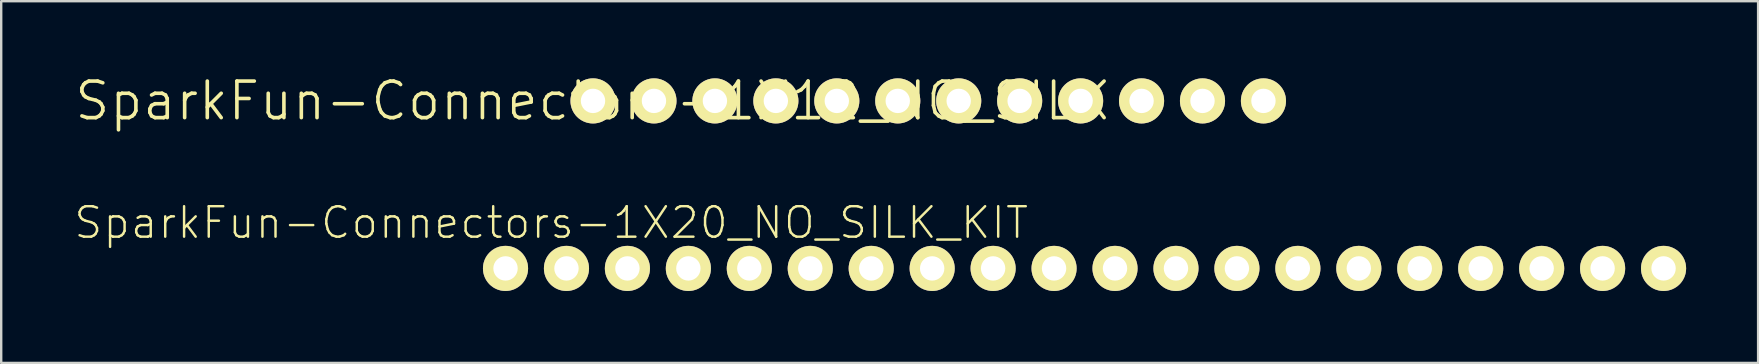
<source format=kicad_pcb>
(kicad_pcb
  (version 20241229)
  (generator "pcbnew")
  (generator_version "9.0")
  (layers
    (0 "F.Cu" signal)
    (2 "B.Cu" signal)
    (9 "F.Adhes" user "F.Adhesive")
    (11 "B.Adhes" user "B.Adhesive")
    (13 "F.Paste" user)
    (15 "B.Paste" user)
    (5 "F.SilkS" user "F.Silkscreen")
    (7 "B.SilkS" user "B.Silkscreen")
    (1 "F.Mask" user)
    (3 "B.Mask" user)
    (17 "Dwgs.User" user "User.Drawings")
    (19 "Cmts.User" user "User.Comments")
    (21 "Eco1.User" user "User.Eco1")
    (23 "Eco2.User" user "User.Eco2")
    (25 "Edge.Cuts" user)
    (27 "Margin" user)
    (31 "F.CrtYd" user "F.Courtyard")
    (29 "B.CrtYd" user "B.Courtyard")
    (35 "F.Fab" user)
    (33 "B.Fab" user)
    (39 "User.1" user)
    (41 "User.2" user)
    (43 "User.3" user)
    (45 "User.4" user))
  (footprint "SparkFun-Connectors-1X20_NO_SILK_KIT"
    (layer "F.Cu")
    (at 18.017 8.136)
    (property "Reference" "SparkFun-Connectors-1X20_NO_SILK_KIT" (at 1.905 -1.905 0) (layer "F.SilkS") (effects (font (size 1.27 1.27) (thickness 0.102))))
    (attr exclude_from_pos_files exclude_from_bom)
    (fp_circle (center 0 0) (end -0.47 0.47) (stroke (width 0) (type solid)) (fill yes) (layer "F.SilkS"))
    (fp_circle (center 0 0) (end -0.254 0.254) (stroke (width 0) (type solid)) (fill yes) (layer "F.SilkS"))
    (fp_circle (center 2.54 0) (end 2.794 0.254) (stroke (width 0) (type solid)) (fill yes) (layer "F.SilkS"))
    (fp_circle (center 2.54 0) (end 3.01 0.47) (stroke (width 0) (type solid)) (fill yes) (layer "F.SilkS"))
    (fp_circle (center 5.08 0) (end 5.334 0.254) (stroke (width 0) (type solid)) (fill yes) (layer "F.SilkS"))
    (fp_circle (center 5.08 0) (end 5.55 0.47) (stroke (width 0) (type solid)) (fill yes) (layer "F.SilkS"))
    (fp_circle (center 7.62 0) (end 7.874 0.254) (stroke (width 0) (type solid)) (fill yes) (layer "F.SilkS"))
    (fp_circle (center 7.62 0) (end 8.09 0.47) (stroke (width 0) (type solid)) (fill yes) (layer "F.SilkS"))
    (fp_circle (center 10.16 0) (end 10.414 0.254) (stroke (width 0) (type solid)) (fill yes) (layer "F.SilkS"))
    (fp_circle (center 10.16 0) (end 10.63 0.47) (stroke (width 0) (type solid)) (fill yes) (layer "F.SilkS"))
    (fp_circle (center 12.7 0) (end 12.954 0.254) (stroke (width 0) (type solid)) (fill yes) (layer "F.SilkS"))
    (fp_circle (center 12.7 0) (end 13.17 0.47) (stroke (width 0) (type solid)) (fill yes) (layer "F.SilkS"))
    (fp_circle (center 15.24 0) (end 15.494 0.254) (stroke (width 0) (type solid)) (fill yes) (layer "F.SilkS"))
    (fp_circle (center 15.24 0) (end 15.71 0.47) (stroke (width 0) (type solid)) (fill yes) (layer "F.SilkS"))
    (fp_circle (center 17.78 0) (end 18.034 0.254) (stroke (width 0) (type solid)) (fill yes) (layer "F.SilkS"))
    (fp_circle (center 17.78 0) (end 18.25 0.47) (stroke (width 0) (type solid)) (fill yes) (layer "F.SilkS"))
    (fp_circle (center 20.32 0) (end 20.574 0.254) (stroke (width 0) (type solid)) (fill yes) (layer "F.SilkS"))
    (fp_circle (center 20.32 0) (end 20.79 0.47) (stroke (width 0) (type solid)) (fill yes) (layer "F.SilkS"))
    (fp_circle (center 22.86 0) (end 23.114 0.254) (stroke (width 0) (type solid)) (fill yes) (layer "F.SilkS"))
    (fp_circle (center 22.86 0) (end 23.33 0.47) (stroke (width 0) (type solid)) (fill yes) (layer "F.SilkS"))
    (fp_circle (center 25.4 0) (end 25.654 0.254) (stroke (width 0) (type solid)) (fill yes) (layer "F.SilkS"))
    (fp_circle (center 25.4 0) (end 25.87 0.47) (stroke (width 0) (type solid)) (fill yes) (layer "F.SilkS"))
    (fp_circle (center 27.94 0) (end 28.194 0.254) (stroke (width 0) (type solid)) (fill yes) (layer "F.SilkS"))
    (fp_circle (center 27.94 0) (end 28.41 0.47) (stroke (width 0) (type solid)) (fill yes) (layer "F.SilkS"))
    (fp_circle (center 30.48 0) (end 30.734 0.254) (stroke (width 0) (type solid)) (fill yes) (layer "F.SilkS"))
    (fp_circle (center 30.48 0) (end 30.95 0.47) (stroke (width 0) (type solid)) (fill yes) (layer "F.SilkS"))
    (fp_circle (center 33.02 0) (end 33.274 0.254) (stroke (width 0) (type solid)) (fill yes) (layer "F.SilkS"))
    (fp_circle (center 33.02 0) (end 33.49 0.47) (stroke (width 0) (type solid)) (fill yes) (layer "F.SilkS"))
    (fp_circle (center 35.56 0) (end 35.814 0.254) (stroke (width 0) (type solid)) (fill yes) (layer "F.SilkS"))
    (fp_circle (center 35.56 0) (end 36.03 0.47) (stroke (width 0) (type solid)) (fill yes) (layer "F.SilkS"))
    (fp_circle (center 38.1 0) (end 38.354 0.254) (stroke (width 0) (type solid)) (fill yes) (layer "F.SilkS"))
    (fp_circle (center 38.1 0) (end 38.57 0.47) (stroke (width 0) (type solid)) (fill yes) (layer "F.SilkS"))
    (fp_circle (center 40.64 0) (end 40.894 0.254) (stroke (width 0) (type solid)) (fill yes) (layer "F.SilkS"))
    (fp_circle (center 40.64 0) (end 41.11 0.47) (stroke (width 0) (type solid)) (fill yes) (layer "F.SilkS"))
    (fp_circle (center 43.18 0) (end 43.434 0.254) (stroke (width 0) (type solid)) (fill yes) (layer "F.SilkS"))
    (fp_circle (center 43.18 0) (end 43.65 0.47) (stroke (width 0) (type solid)) (fill yes) (layer "F.SilkS"))
    (fp_circle (center 45.72 0) (end 45.974 0.254) (stroke (width 0) (type solid)) (fill yes) (layer "F.SilkS"))
    (fp_circle (center 45.72 0) (end 46.19 0.47) (stroke (width 0) (type solid)) (fill yes) (layer "F.SilkS"))
    (fp_circle (center 48.26 0) (end 48.514 0.254) (stroke (width 0) (type solid)) (fill yes) (layer "F.SilkS"))
    (fp_circle (center 48.26 0) (end 48.73 0.47) (stroke (width 0) (type solid)) (fill yes) (layer "F.SilkS"))
    (pad "1" thru_hole circle (at 0 0) (size 1.88 1.88) (drill 1.016) (layers "*.Cu" "F.Mask" "F.SilkS" "F.Paste"))
    (pad "2" thru_hole circle (at 2.54 0) (size 1.88 1.88) (drill 1.016) (layers "*.Cu" "F.Mask" "F.SilkS" "F.Paste"))
    (pad "3" thru_hole circle (at 5.08 0) (size 1.88 1.88) (drill 1.016) (layers "*.Cu" "F.Mask" "F.SilkS" "F.Paste"))
    (pad "4" thru_hole circle (at 7.62 0) (size 1.88 1.88) (drill 1.016) (layers "*.Cu" "F.Mask" "F.SilkS" "F.Paste"))
    (pad "5" thru_hole circle (at 10.16 0) (size 1.88 1.88) (drill 1.016) (layers "*.Cu" "F.Mask" "F.SilkS" "F.Paste"))
    (pad "6" thru_hole circle (at 12.7 0) (size 1.88 1.88) (drill 1.016) (layers "*.Cu" "F.Mask" "F.SilkS" "F.Paste"))
    (pad "7" thru_hole circle (at 15.24 0) (size 1.88 1.88) (drill 1.016) (layers "*.Cu" "F.Mask" "F.SilkS" "F.Paste"))
    (pad "8" thru_hole circle (at 17.78 0) (size 1.88 1.88) (drill 1.016) (layers "*.Cu" "F.Mask" "F.SilkS" "F.Paste"))
    (pad "9" thru_hole circle (at 20.32 0) (size 1.88 1.88) (drill 1.016) (layers "*.Cu" "F.Mask" "F.SilkS" "F.Paste"))
    (pad "10" thru_hole circle (at 22.86 0) (size 1.88 1.88) (drill 1.016) (layers "*.Cu" "F.Mask" "F.SilkS" "F.Paste"))
    (pad "11" thru_hole circle (at 25.4 0) (size 1.88 1.88) (drill 1.016) (layers "*.Cu" "F.Mask" "F.SilkS" "F.Paste"))
    (pad "12" thru_hole circle (at 27.94 0) (size 1.88 1.88) (drill 1.016) (layers "*.Cu" "F.Mask" "F.SilkS" "F.Paste"))
    (pad "13" thru_hole circle (at 30.48 0) (size 1.88 1.88) (drill 1.016) (layers "*.Cu" "F.Mask" "F.SilkS" "F.Paste"))
    (pad "14" thru_hole circle (at 33.02 0) (size 1.88 1.88) (drill 1.016) (layers "*.Cu" "F.Mask" "F.SilkS" "F.Paste"))
    (pad "15" thru_hole circle (at 35.56 0) (size 1.88 1.88) (drill 1.016) (layers "*.Cu" "F.Mask" "F.SilkS" "F.Paste"))
    (pad "16" thru_hole circle (at 38.1 0) (size 1.88 1.88) (drill 1.016) (layers "*.Cu" "F.Mask" "F.SilkS" "F.Paste"))
    (pad "17" thru_hole circle (at 40.64 0) (size 1.88 1.88) (drill 1.016) (layers "*.Cu" "F.Mask" "F.SilkS" "F.Paste"))
    (pad "18" thru_hole circle (at 43.18 0) (size 1.88 1.88) (drill 1.016) (layers "*.Cu" "F.Mask" "F.SilkS" "F.Paste"))
    (pad "19" thru_hole circle (at 45.72 0) (size 1.88 1.88) (drill 1.016) (layers "*.Cu" "F.Mask" "F.SilkS" "F.Paste"))
    (pad "20" thru_hole circle (at 48.26 0) (size 1.88 1.88) (drill 1.016) (layers "*.Cu" "F.Mask" "F.SilkS" "F.Paste")))
  (footprint "SparkFun-Connectors-1X12_NO_SILK"
    (layer "F.Cu")
    (at 21.663 1.155)
    (property "Reference" "SparkFun-Connectors-1X12_NO_SILK" (at 0 0 0) (layer "F.SilkS") (effects (font (size 1.524 1.524) (thickness 0.15))))
    (attr exclude_from_pos_files exclude_from_bom)
    (pad "1" thru_hole circle (at 0 0) (size 1.88 1.88) (drill 1.016) (layers "*.Cu" "F.Mask" "F.SilkS" "F.Paste"))
    (pad "2" thru_hole circle (at 2.54 0) (size 1.88 1.88) (drill 1.016) (layers "*.Cu" "F.Mask" "F.SilkS" "F.Paste"))
    (pad "3" thru_hole circle (at 5.08 0) (size 1.88 1.88) (drill 1.016) (layers "*.Cu" "F.Mask" "F.SilkS" "F.Paste"))
    (pad "4" thru_hole circle (at 7.62 0) (size 1.88 1.88) (drill 1.016) (layers "*.Cu" "F.Mask" "F.SilkS" "F.Paste"))
    (pad "5" thru_hole circle (at 10.16 0) (size 1.88 1.88) (drill 1.016) (layers "*.Cu" "F.Mask" "F.SilkS" "F.Paste"))
    (pad "6" thru_hole circle (at 12.7 0) (size 1.88 1.88) (drill 1.016) (layers "*.Cu" "F.Mask" "F.SilkS" "F.Paste"))
    (pad "7" thru_hole circle (at 15.24 0) (size 1.88 1.88) (drill 1.016) (layers "*.Cu" "F.Mask" "F.SilkS" "F.Paste"))
    (pad "8" thru_hole circle (at 17.78 0) (size 1.88 1.88) (drill 1.016) (layers "*.Cu" "F.Mask" "F.SilkS" "F.Paste"))
    (pad "9" thru_hole circle (at 20.32 0) (size 1.88 1.88) (drill 1.016) (layers "*.Cu" "F.Mask" "F.SilkS" "F.Paste"))
    (pad "10" thru_hole circle (at 22.86 0) (size 1.88 1.88) (drill 1.016) (layers "*.Cu" "F.Mask" "F.SilkS" "F.Paste"))
    (pad "11" thru_hole circle (at 25.4 0) (size 1.88 1.88) (drill 1.016) (layers "*.Cu" "F.Mask" "F.SilkS" "F.Paste"))
    (pad "12" thru_hole circle (at 27.94 0) (size 1.88 1.88) (drill 1.016) (layers "*.Cu" "F.Mask" "F.SilkS" "F.Paste")))
  (gr_rect
    (start -3 -3)
    (end 70.217 12.076)
    (stroke (width 0.1) (type default))
    (fill no)
    (layer "Edge.Cuts")))
</source>
